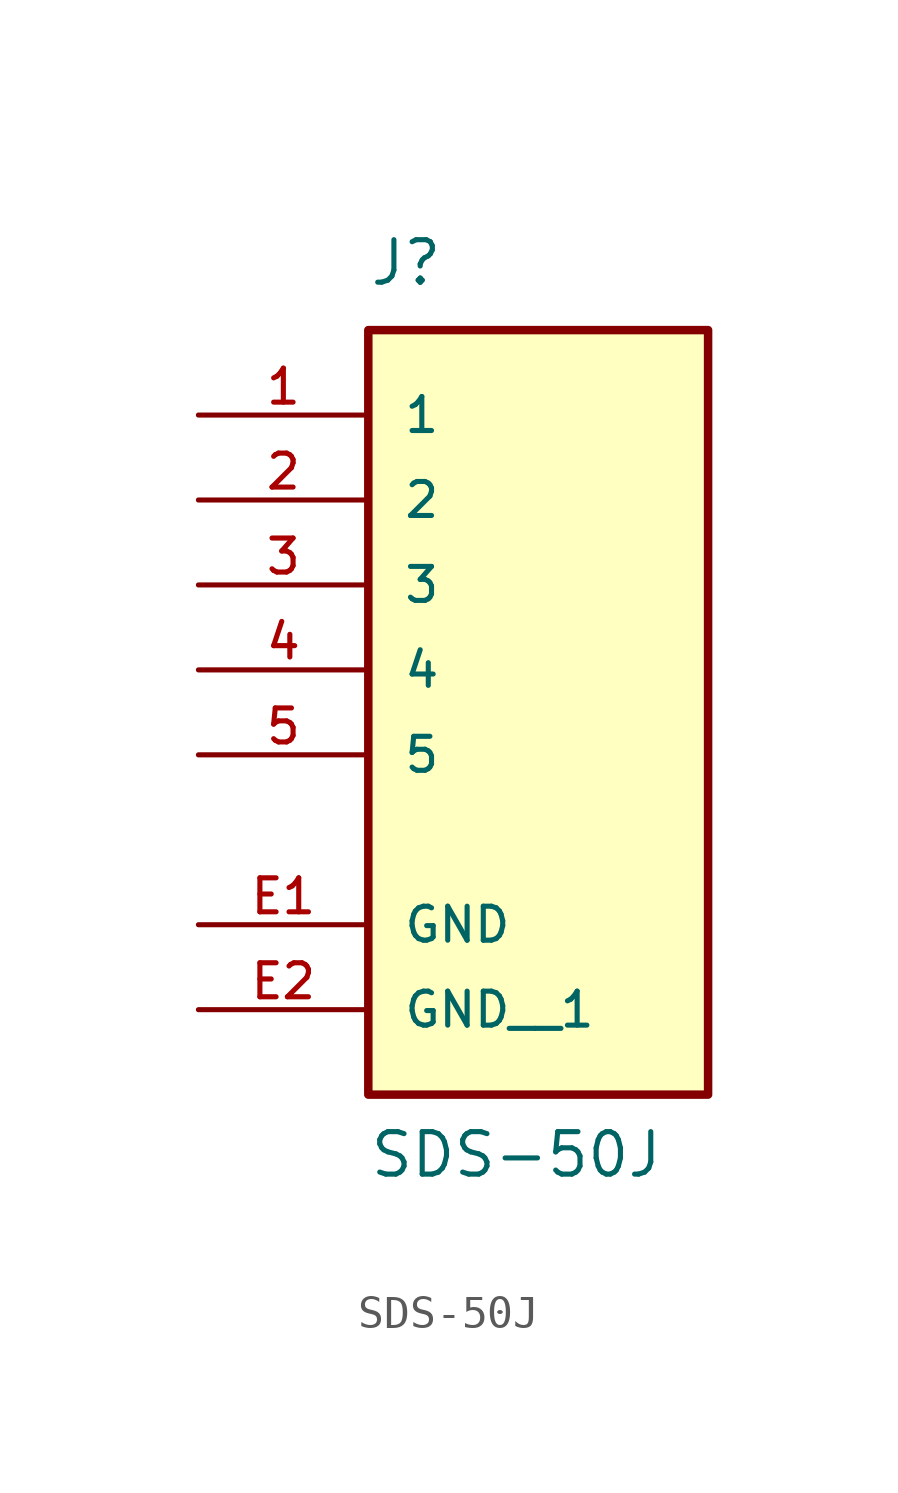
<source format=kicad_sym>
(kicad_symbol_lib
  (version 20211014)
  (generator kicad_symbol_editor)
  (symbol "SDS-50J"
    (pin_names
      (offset 1.016))
    (property "Reference" "J"
      (at -5.08 11.43 0)
      (effects (font (size 1.27 1.27)) (justify bottom left)))
    (property "Value" "SDS-50J"
      (at -5.08 -15.24 0)
      (effects (font (size 1.27 1.27)) (justify bottom left)))
    (symbol "SDS-50J_0_0"
      (rectangle (start -5.08 -12.7) (end 5.08 10.16) (stroke (width 0.254)) (fill (type background)))
      (pin passive line (at -10.16 7.62 0) (length 5.08) (name "1" (effects (font (size 1.016 1.016)))) (number "1" (effects (font (size 1.016 1.016)))))
      (pin passive line (at -10.16 5.08 0) (length 5.08) (name "2" (effects (font (size 1.016 1.016)))) (number "2" (effects (font (size 1.016 1.016)))))
      (pin passive line (at -10.16 2.54 0) (length 5.08) (name "3" (effects (font (size 1.016 1.016)))) (number "3" (effects (font (size 1.016 1.016)))))
      (pin passive line (at -10.16 0.0 0) (length 5.08) (name "4" (effects (font (size 1.016 1.016)))) (number "4" (effects (font (size 1.016 1.016)))))
      (pin power_in line (at -10.16 -7.62 0) (length 5.08) (name "GND" (effects (font (size 1.016 1.016)))) (number "E1" (effects (font (size 1.016 1.016)))))
      (pin passive line (at -10.16 -2.54 0) (length 5.08) (name "5" (effects (font (size 1.016 1.016)))) (number "5" (effects (font (size 1.016 1.016)))))
      (pin power_in line (at -10.16 -10.16 0) (length 5.08) (name "GND__1" (effects (font (size 1.016 1.016)))) (number "E2" (effects (font (size 1.016 1.016))))))))
</source>
